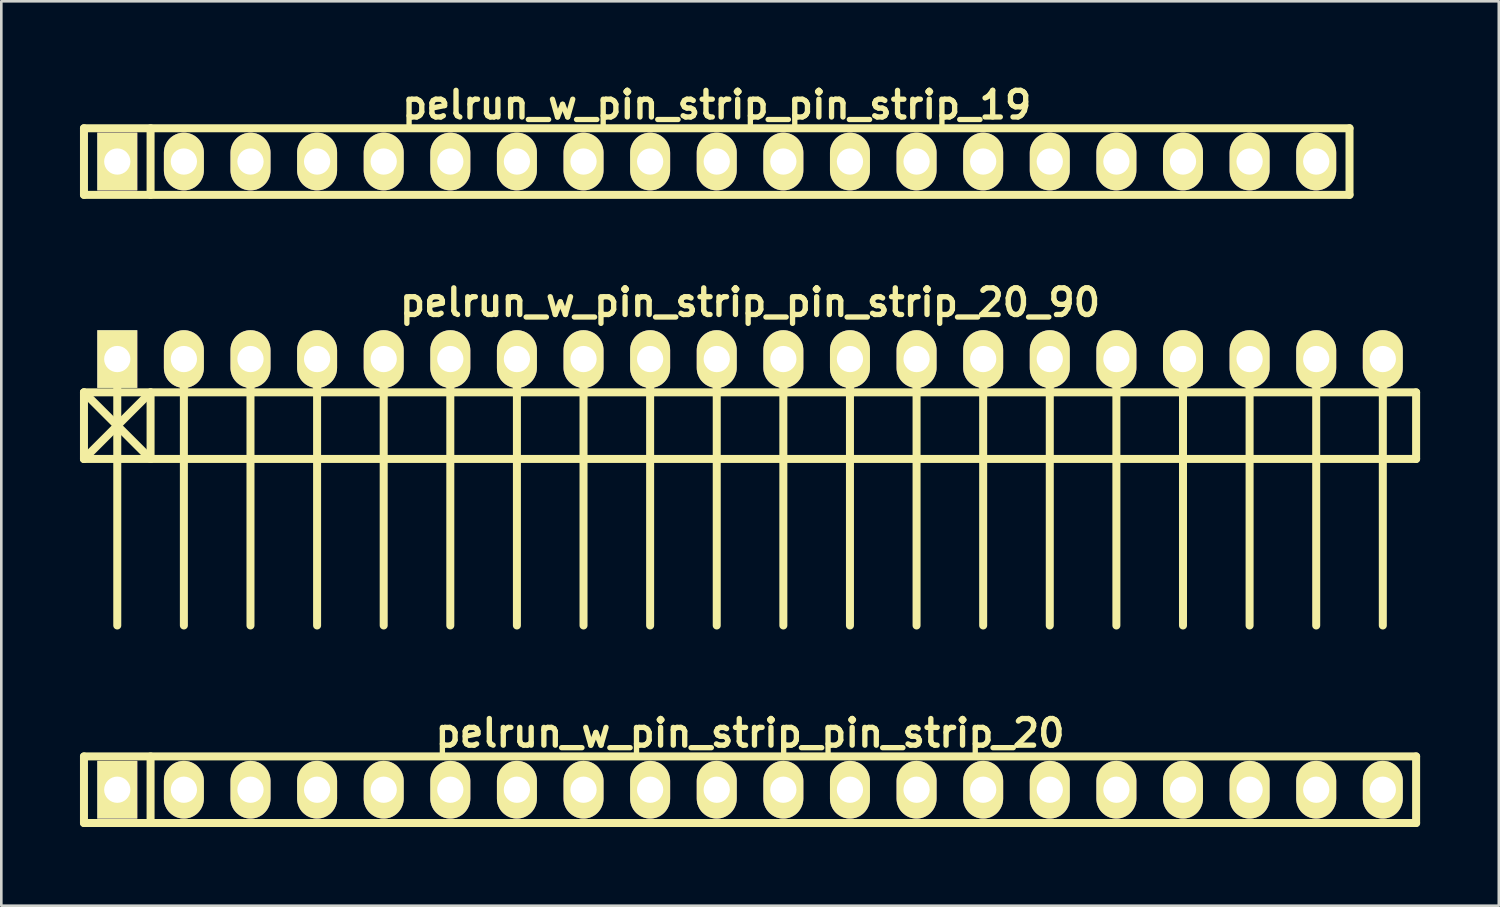
<source format=kicad_pcb>
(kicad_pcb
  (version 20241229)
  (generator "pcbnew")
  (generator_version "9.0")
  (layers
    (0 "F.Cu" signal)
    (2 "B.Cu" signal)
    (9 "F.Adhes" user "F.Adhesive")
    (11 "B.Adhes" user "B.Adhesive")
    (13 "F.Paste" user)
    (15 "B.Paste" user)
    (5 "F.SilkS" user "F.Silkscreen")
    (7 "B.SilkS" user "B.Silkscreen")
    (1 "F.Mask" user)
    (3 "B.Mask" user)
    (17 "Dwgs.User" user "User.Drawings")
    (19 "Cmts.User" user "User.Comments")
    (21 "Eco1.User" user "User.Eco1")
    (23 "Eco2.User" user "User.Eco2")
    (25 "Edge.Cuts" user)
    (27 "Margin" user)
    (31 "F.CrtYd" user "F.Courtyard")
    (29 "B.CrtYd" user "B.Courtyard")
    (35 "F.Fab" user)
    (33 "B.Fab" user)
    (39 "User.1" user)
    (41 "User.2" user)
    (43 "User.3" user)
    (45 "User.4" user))
  (footprint "pelrun_w_pin_strip_pin_strip_20"
    (layer "F.Cu")
    (at 25.552 27.065)
    (property "Reference" "pelrun_w_pin_strip_pin_strip_20" (at 0 -2.159 0) (layer "F.SilkS") (effects (font (size 1.016 1.016) (thickness 0.203))))
    (attr through_hole)
    (fp_line (start -25.4 -1.27) (end 25.4 -1.27) (stroke (width 0.305) (type solid)) (layer "F.SilkS"))
    (fp_line (start -25.4 1.27) (end -25.4 -1.27) (stroke (width 0.305) (type solid)) (layer "F.SilkS"))
    (fp_line (start -22.86 -1.27) (end -22.86 1.27) (stroke (width 0.305) (type solid)) (layer "F.SilkS"))
    (fp_line (start 25.4 -1.27) (end 25.4 1.27) (stroke (width 0.305) (type solid)) (layer "F.SilkS"))
    (fp_line (start 25.4 1.27) (end -25.4 1.27) (stroke (width 0.305) (type solid)) (layer "F.SilkS"))
    (pad "1" thru_hole rect (at -24.13 0) (size 1.524 2.2) (drill 1.001) (layers "*.Cu" "*.Mask" "F.SilkS"))
    (pad "2" thru_hole oval (at -21.59 0) (size 1.524 2.2) (drill 1.001) (layers "*.Cu" "*.Mask" "F.SilkS"))
    (pad "3" thru_hole oval (at -19.05 0) (size 1.524 2.2) (drill 1.001) (layers "*.Cu" "*.Mask" "F.SilkS"))
    (pad "4" thru_hole oval (at -16.51 0) (size 1.524 2.2) (drill 1.001) (layers "*.Cu" "*.Mask" "F.SilkS"))
    (pad "5" thru_hole oval (at -13.97 0) (size 1.524 2.2) (drill 1.001) (layers "*.Cu" "*.Mask" "F.SilkS"))
    (pad "6" thru_hole oval (at -11.43 0) (size 1.524 2.2) (drill 1.001) (layers "*.Cu" "*.Mask" "F.SilkS"))
    (pad "7" thru_hole oval (at -8.89 0) (size 1.524 2.2) (drill 1.001) (layers "*.Cu" "*.Mask" "F.SilkS"))
    (pad "8" thru_hole oval (at -6.35 0) (size 1.524 2.2) (drill 1.001) (layers "*.Cu" "*.Mask" "F.SilkS"))
    (pad "9" thru_hole oval (at -3.81 0) (size 1.524 2.2) (drill 1.001) (layers "*.Cu" "*.Mask" "F.SilkS"))
    (pad "10" thru_hole oval (at -1.27 0) (size 1.524 2.2) (drill 1.001) (layers "*.Cu" "*.Mask" "F.SilkS"))
    (pad "11" thru_hole oval (at 1.27 0) (size 1.524 2.2) (drill 1.001) (layers "*.Cu" "*.Mask" "F.SilkS"))
    (pad "12" thru_hole oval (at 3.81 0) (size 1.524 2.2) (drill 1.001) (layers "*.Cu" "*.Mask" "F.SilkS"))
    (pad "13" thru_hole oval (at 6.35 0) (size 1.524 2.2) (drill 1.001) (layers "*.Cu" "*.Mask" "F.SilkS"))
    (pad "14" thru_hole oval (at 8.89 0) (size 1.524 2.2) (drill 1.001) (layers "*.Cu" "*.Mask" "F.SilkS"))
    (pad "15" thru_hole oval (at 11.43 0) (size 1.524 2.2) (drill 1.001) (layers "*.Cu" "*.Mask" "F.SilkS"))
    (pad "16" thru_hole oval (at 13.97 0) (size 1.524 2.2) (drill 1.001) (layers "*.Cu" "*.Mask" "F.SilkS"))
    (pad "17" thru_hole oval (at 16.51 0) (size 1.524 2.2) (drill 1.001) (layers "*.Cu" "*.Mask" "F.SilkS"))
    (pad "18" thru_hole oval (at 19.05 0) (size 1.524 2.2) (drill 1.001) (layers "*.Cu" "*.Mask" "F.SilkS"))
    (pad "19" thru_hole oval (at 21.59 0) (size 1.524 2.2) (drill 1.001) (layers "*.Cu" "*.Mask" "F.SilkS"))
    (pad "20" thru_hole oval (at 24.13 0) (size 1.524 2.2) (drill 1.001) (layers "*.Cu" "*.Mask" "F.SilkS")))
  (footprint "pelrun_w_pin_strip_pin_strip_20_90"
    (layer "F.Cu")
    (at 25.552 10.642)
    (property "Reference" "pelrun_w_pin_strip_pin_strip_20_90" (at 0 -2.159 0) (layer "F.SilkS") (effects (font (size 1.016 1.016) (thickness 0.203))))
    (attr through_hole)
    (fp_line (start -25.4 1.27) (end 25.4 1.27) (stroke (width 0.305) (type solid)) (layer "F.SilkS"))
    (fp_line (start -25.4 3.81) (end -25.4 1.27) (stroke (width 0.305) (type solid)) (layer "F.SilkS"))
    (fp_line (start -25.4 3.81) (end -22.86 1.27) (stroke (width 0.305) (type solid)) (layer "F.SilkS"))
    (fp_line (start -24.13 0) (end -24.13 10.16) (stroke (width 0.305) (type solid)) (layer "F.SilkS"))
    (fp_line (start -22.86 1.27) (end -22.86 3.81) (stroke (width 0.305) (type solid)) (layer "F.SilkS"))
    (fp_line (start -22.86 3.81) (end -25.4 1.27) (stroke (width 0.305) (type solid)) (layer "F.SilkS"))
    (fp_line (start -21.59 0) (end -21.59 10.16) (stroke (width 0.305) (type solid)) (layer "F.SilkS"))
    (fp_line (start -19.05 10.16) (end -19.05 0) (stroke (width 0.305) (type solid)) (layer "F.SilkS"))
    (fp_line (start -16.51 0) (end -16.51 10.16) (stroke (width 0.305) (type solid)) (layer "F.SilkS"))
    (fp_line (start -13.97 0) (end -13.97 10.16) (stroke (width 0.305) (type solid)) (layer "F.SilkS"))
    (fp_line (start -11.43 0) (end -11.43 10.16) (stroke (width 0.305) (type solid)) (layer "F.SilkS"))
    (fp_line (start -8.89 0) (end -8.89 10.16) (stroke (width 0.305) (type solid)) (layer "F.SilkS"))
    (fp_line (start -6.35 0) (end -6.35 10.16) (stroke (width 0.305) (type solid)) (layer "F.SilkS"))
    (fp_line (start -3.81 0) (end -3.81 10.16) (stroke (width 0.305) (type solid)) (layer "F.SilkS"))
    (fp_line (start -1.27 0) (end -1.27 10.16) (stroke (width 0.305) (type solid)) (layer "F.SilkS"))
    (fp_line (start 1.27 0) (end 1.27 10.16) (stroke (width 0.305) (type solid)) (layer "F.SilkS"))
    (fp_line (start 3.81 0) (end 3.81 10.16) (stroke (width 0.305) (type solid)) (layer "F.SilkS"))
    (fp_line (start 6.35 10.16) (end 6.35 0) (stroke (width 0.305) (type solid)) (layer "F.SilkS"))
    (fp_line (start 8.89 0) (end 8.89 10.16) (stroke (width 0.305) (type solid)) (layer "F.SilkS"))
    (fp_line (start 11.43 0) (end 11.43 10.16) (stroke (width 0.305) (type solid)) (layer "F.SilkS"))
    (fp_line (start 13.97 0) (end 13.97 10.16) (stroke (width 0.305) (type solid)) (layer "F.SilkS"))
    (fp_line (start 16.51 0) (end 16.51 10.16) (stroke (width 0.305) (type solid)) (layer "F.SilkS"))
    (fp_line (start 19.05 0) (end 19.05 10.16) (stroke (width 0.305) (type solid)) (layer "F.SilkS"))
    (fp_line (start 21.59 0) (end 21.59 10.16) (stroke (width 0.305) (type solid)) (layer "F.SilkS"))
    (fp_line (start 24.13 0) (end 24.13 10.16) (stroke (width 0.305) (type solid)) (layer "F.SilkS"))
    (fp_line (start 25.4 1.27) (end 25.4 3.81) (stroke (width 0.305) (type solid)) (layer "F.SilkS"))
    (fp_line (start 25.4 3.81) (end -25.4 3.81) (stroke (width 0.305) (type solid)) (layer "F.SilkS"))
    (pad "1" thru_hole rect (at -24.13 0) (size 1.524 2.2) (drill 1.001) (layers "*.Cu" "*.Mask" "F.SilkS"))
    (pad "2" thru_hole oval (at -21.59 0) (size 1.524 2.2) (drill 1.001) (layers "*.Cu" "*.Mask" "F.SilkS"))
    (pad "3" thru_hole oval (at -19.05 0) (size 1.524 2.2) (drill 1.001) (layers "*.Cu" "*.Mask" "F.SilkS"))
    (pad "4" thru_hole oval (at -16.51 0) (size 1.524 2.2) (drill 1.001) (layers "*.Cu" "*.Mask" "F.SilkS"))
    (pad "5" thru_hole oval (at -13.97 0) (size 1.524 2.2) (drill 1.001) (layers "*.Cu" "*.Mask" "F.SilkS"))
    (pad "6" thru_hole oval (at -11.43 0) (size 1.524 2.2) (drill 1.001) (layers "*.Cu" "*.Mask" "F.SilkS"))
    (pad "7" thru_hole oval (at -8.89 0) (size 1.524 2.2) (drill 1.001) (layers "*.Cu" "*.Mask" "F.SilkS"))
    (pad "8" thru_hole oval (at -6.35 0) (size 1.524 2.2) (drill 1.001) (layers "*.Cu" "*.Mask" "F.SilkS"))
    (pad "9" thru_hole oval (at -3.81 0) (size 1.524 2.2) (drill 1.001) (layers "*.Cu" "*.Mask" "F.SilkS"))
    (pad "10" thru_hole oval (at -1.27 0) (size 1.524 2.2) (drill 1.001) (layers "*.Cu" "*.Mask" "F.SilkS"))
    (pad "11" thru_hole oval (at 1.27 0) (size 1.524 2.2) (drill 1.001) (layers "*.Cu" "*.Mask" "F.SilkS"))
    (pad "12" thru_hole oval (at 3.81 0) (size 1.524 2.2) (drill 1.001) (layers "*.Cu" "*.Mask" "F.SilkS"))
    (pad "13" thru_hole oval (at 6.35 0) (size 1.524 2.2) (drill 1.001) (layers "*.Cu" "*.Mask" "F.SilkS"))
    (pad "14" thru_hole oval (at 8.89 0) (size 1.524 2.2) (drill 1.001) (layers "*.Cu" "*.Mask" "F.SilkS"))
    (pad "15" thru_hole oval (at 11.43 0) (size 1.524 2.2) (drill 1.001) (layers "*.Cu" "*.Mask" "F.SilkS"))
    (pad "16" thru_hole oval (at 13.97 0) (size 1.524 2.2) (drill 1.001) (layers "*.Cu" "*.Mask" "F.SilkS"))
    (pad "17" thru_hole oval (at 16.51 0) (size 1.524 2.2) (drill 1.001) (layers "*.Cu" "*.Mask" "F.SilkS"))
    (pad "18" thru_hole oval (at 19.05 0) (size 1.524 2.2) (drill 1.001) (layers "*.Cu" "*.Mask" "F.SilkS"))
    (pad "19" thru_hole oval (at 21.59 0) (size 1.524 2.2) (drill 1.001) (layers "*.Cu" "*.Mask" "F.SilkS"))
    (pad "20" thru_hole oval (at 24.13 0) (size 1.524 2.2) (drill 1.001) (layers "*.Cu" "*.Mask" "F.SilkS")))
  (footprint "pelrun_w_pin_strip_pin_strip_19"
    (layer "F.Cu")
    (at 24.282 3.11)
    (property "Reference" "pelrun_w_pin_strip_pin_strip_19" (at 0 -2.159 0) (layer "F.SilkS") (effects (font (size 1.016 1.016) (thickness 0.203))))
    (attr through_hole)
    (fp_line (start -24.13 -1.27) (end 24.13 -1.27) (stroke (width 0.305) (type solid)) (layer "F.SilkS"))
    (fp_line (start -24.13 1.27) (end -24.13 -1.27) (stroke (width 0.305) (type solid)) (layer "F.SilkS"))
    (fp_line (start -21.59 -1.27) (end -21.59 1.27) (stroke (width 0.305) (type solid)) (layer "F.SilkS"))
    (fp_line (start 24.13 -1.27) (end 24.13 1.27) (stroke (width 0.305) (type solid)) (layer "F.SilkS"))
    (fp_line (start 24.13 1.27) (end -24.13 1.27) (stroke (width 0.305) (type solid)) (layer "F.SilkS"))
    (pad "1" thru_hole rect (at -22.86 0) (size 1.524 2.2) (drill 1.001) (layers "*.Cu" "*.Mask" "F.SilkS"))
    (pad "2" thru_hole oval (at -20.32 0) (size 1.524 2.2) (drill 1.001) (layers "*.Cu" "*.Mask" "F.SilkS"))
    (pad "3" thru_hole oval (at -17.78 0) (size 1.524 2.2) (drill 1.001) (layers "*.Cu" "*.Mask" "F.SilkS"))
    (pad "4" thru_hole oval (at -15.24 0) (size 1.524 2.2) (drill 1.001) (layers "*.Cu" "*.Mask" "F.SilkS"))
    (pad "5" thru_hole oval (at -12.7 0) (size 1.524 2.2) (drill 1.001) (layers "*.Cu" "*.Mask" "F.SilkS"))
    (pad "6" thru_hole oval (at -10.16 0) (size 1.524 2.2) (drill 1.001) (layers "*.Cu" "*.Mask" "F.SilkS"))
    (pad "7" thru_hole oval (at -7.62 0) (size 1.524 2.2) (drill 1.001) (layers "*.Cu" "*.Mask" "F.SilkS"))
    (pad "8" thru_hole oval (at -5.08 0) (size 1.524 2.2) (drill 1.001) (layers "*.Cu" "*.Mask" "F.SilkS"))
    (pad "9" thru_hole oval (at -2.54 0) (size 1.524 2.2) (drill 1.001) (layers "*.Cu" "*.Mask" "F.SilkS"))
    (pad "10" thru_hole oval (at 0 0) (size 1.524 2.2) (drill 1.001) (layers "*.Cu" "*.Mask" "F.SilkS"))
    (pad "11" thru_hole oval (at 2.54 0) (size 1.524 2.2) (drill 1.001) (layers "*.Cu" "*.Mask" "F.SilkS"))
    (pad "12" thru_hole oval (at 5.08 0) (size 1.524 2.2) (drill 1.001) (layers "*.Cu" "*.Mask" "F.SilkS"))
    (pad "13" thru_hole oval (at 7.62 0) (size 1.524 2.2) (drill 1.001) (layers "*.Cu" "*.Mask" "F.SilkS"))
    (pad "14" thru_hole oval (at 10.16 0) (size 1.524 2.2) (drill 1.001) (layers "*.Cu" "*.Mask" "F.SilkS"))
    (pad "15" thru_hole oval (at 12.7 0) (size 1.524 2.2) (drill 1.001) (layers "*.Cu" "*.Mask" "F.SilkS"))
    (pad "16" thru_hole oval (at 15.24 0) (size 1.524 2.2) (drill 1.001) (layers "*.Cu" "*.Mask" "F.SilkS"))
    (pad "17" thru_hole oval (at 17.78 0) (size 1.524 2.2) (drill 1.001) (layers "*.Cu" "*.Mask" "F.SilkS"))
    (pad "18" thru_hole oval (at 20.32 0) (size 1.524 2.2) (drill 1.001) (layers "*.Cu" "*.Mask" "F.SilkS"))
    (pad "19" thru_hole oval (at 22.86 0) (size 1.524 2.2) (drill 1.001) (layers "*.Cu" "*.Mask" "F.SilkS")))
  (gr_rect
    (start -3 -3)
    (end 54.105 31.487)
    (stroke (width 0.1) (type default))
    (fill no)
    (layer "Edge.Cuts")))
</source>
